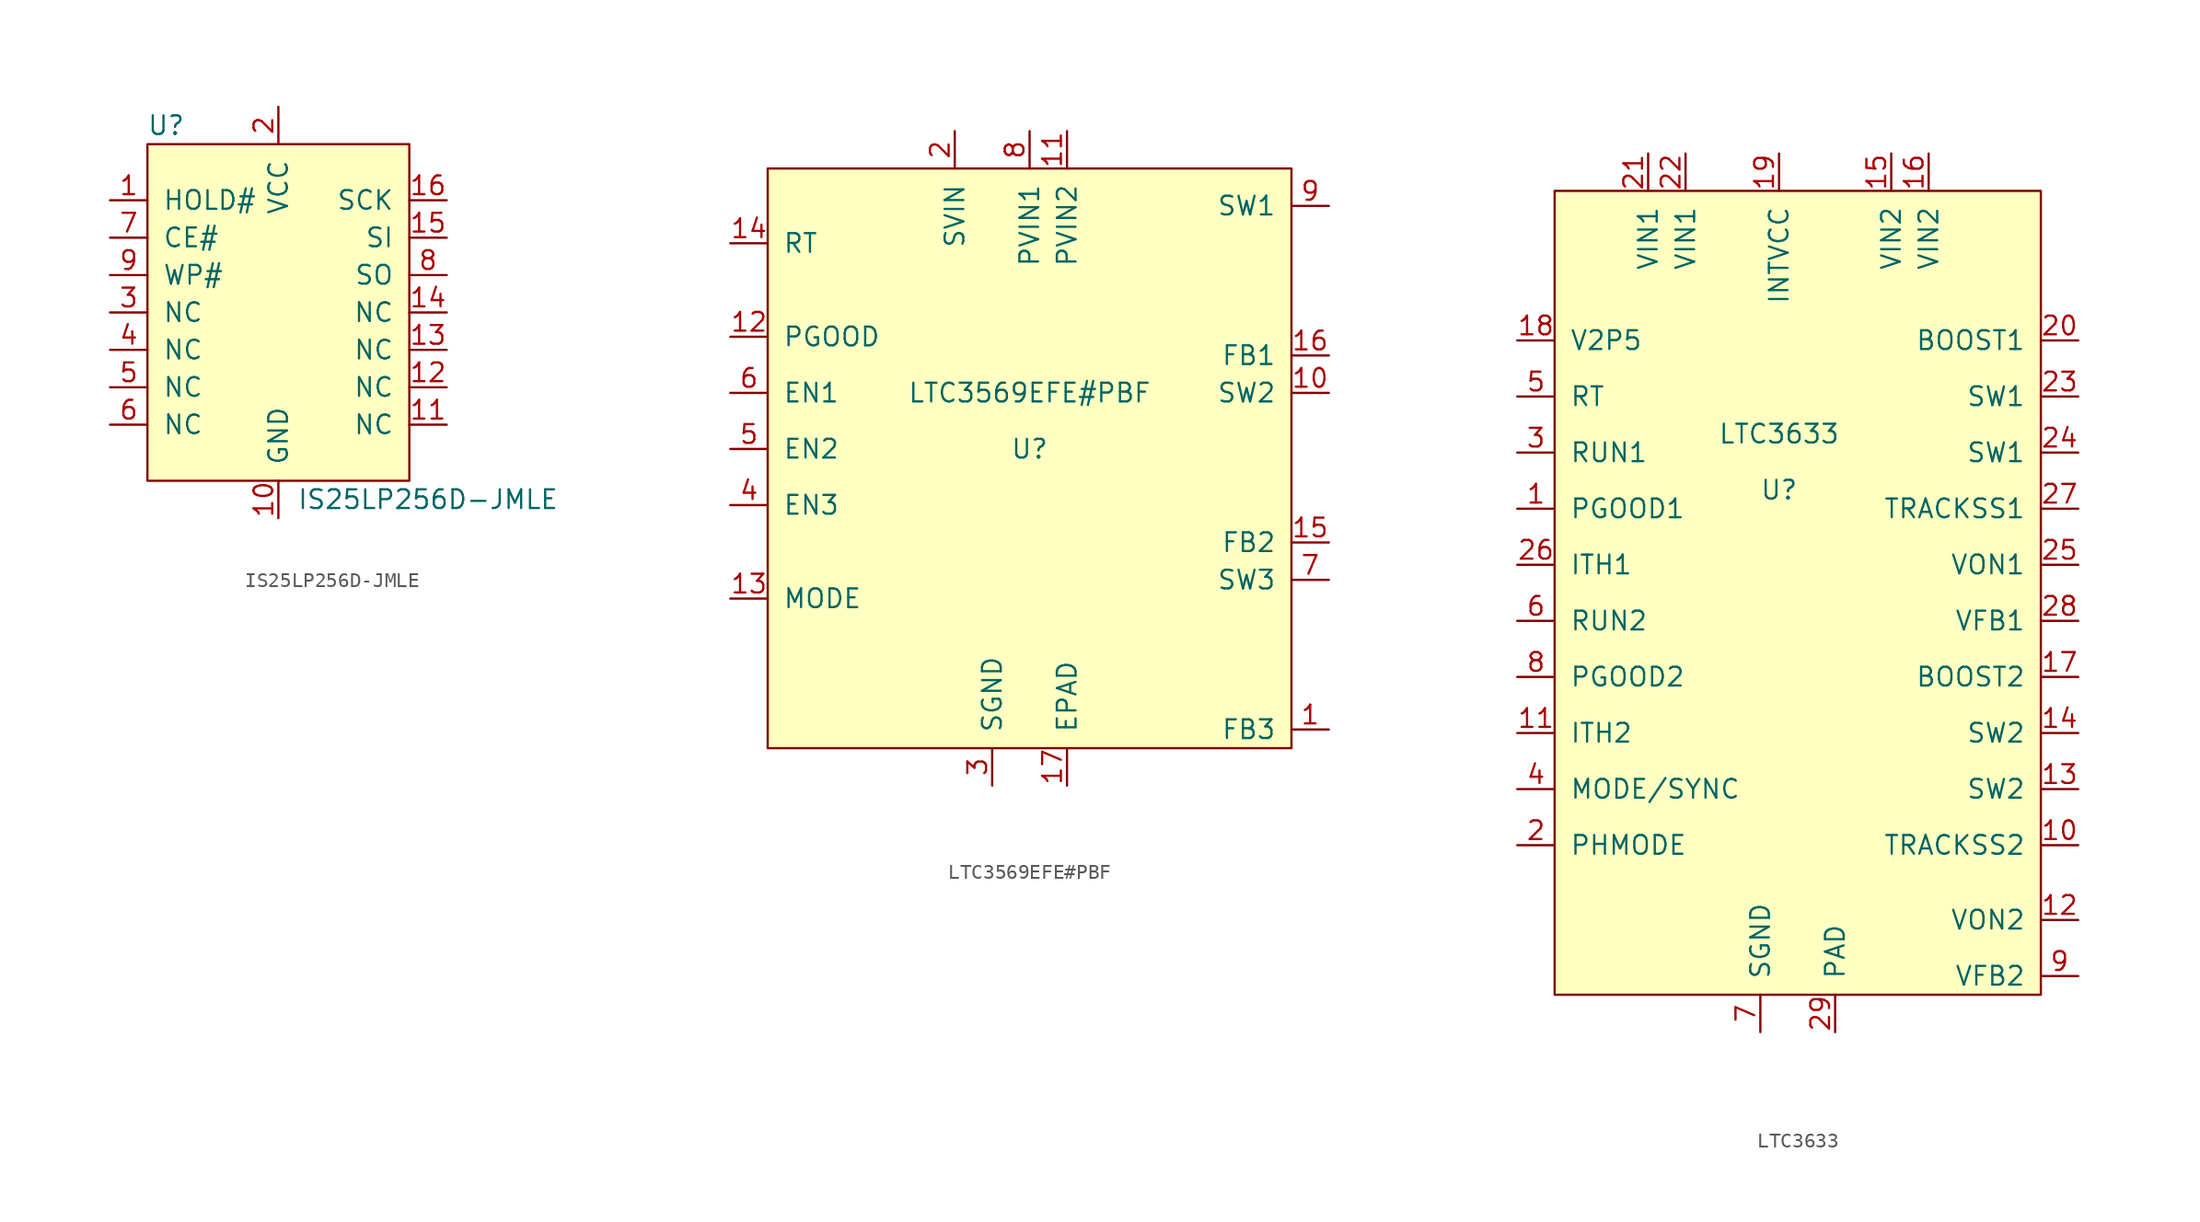
<source format=kicad_sym>
(kicad_symbol_lib
  (version 20211014)
  (generator kicad_symbol_editor)
  (symbol "IS25LP256D-JMLE"
    (pin_names
      (offset 1.016))
    (property "Reference" "U"
      (at 1.27 1.27 0)
      (effects (font (size 1.27 1.27))))
    (property "Value" "IS25LP256D-JMLE"
      (at 19.05 -24.13 0)
      (effects (font (size 1.27 1.27))))
    (symbol "IS25LP256D-JMLE_0_1"
      (rectangle (start 0 0) (end 17.78 -22.86) (stroke (width 0) (type default) (color 0 0 0 0)) (fill (type background))))
    (symbol "IS25LP256D-JMLE_1_1"
      (pin passive line (at -2.54 -3.81 0) (length 2.54) (name "HOLD#" (effects (font (size 1.27 1.27)))) (number "1" (effects (font (size 1.27 1.27)))))
      (pin passive line (at 8.89 -25.4 90) (length 2.54) (name "GND" (effects (font (size 1.27 1.27)))) (number "10" (effects (font (size 1.27 1.27)))))
      (pin passive line (at 20.32 -19.05 180) (length 2.54) (name "NC" (effects (font (size 1.27 1.27)))) (number "11" (effects (font (size 1.27 1.27)))))
      (pin passive line (at 20.32 -16.51 180) (length 2.54) (name "NC" (effects (font (size 1.27 1.27)))) (number "12" (effects (font (size 1.27 1.27)))))
      (pin passive line (at 20.32 -13.97 180) (length 2.54) (name "NC" (effects (font (size 1.27 1.27)))) (number "13" (effects (font (size 1.27 1.27)))))
      (pin passive line (at 20.32 -11.43 180) (length 2.54) (name "NC" (effects (font (size 1.27 1.27)))) (number "14" (effects (font (size 1.27 1.27)))))
      (pin passive line (at 20.32 -6.35 180) (length 2.54) (name "SI" (effects (font (size 1.27 1.27)))) (number "15" (effects (font (size 1.27 1.27)))))
      (pin passive line (at 20.32 -3.81 180) (length 2.54) (name "SCK" (effects (font (size 1.27 1.27)))) (number "16" (effects (font (size 1.27 1.27)))))
      (pin passive line (at 8.89 2.54 270) (length 2.54) (name "VCC" (effects (font (size 1.27 1.27)))) (number "2" (effects (font (size 1.27 1.27)))))
      (pin passive line (at -2.54 -11.43 0) (length 2.54) (name "NC" (effects (font (size 1.27 1.27)))) (number "3" (effects (font (size 1.27 1.27)))))
      (pin passive line (at -2.54 -13.97 0) (length 2.54) (name "NC" (effects (font (size 1.27 1.27)))) (number "4" (effects (font (size 1.27 1.27)))))
      (pin passive line (at -2.54 -16.51 0) (length 2.54) (name "NC" (effects (font (size 1.27 1.27)))) (number "5" (effects (font (size 1.27 1.27)))))
      (pin passive line (at -2.54 -19.05 0) (length 2.54) (name "NC" (effects (font (size 1.27 1.27)))) (number "6" (effects (font (size 1.27 1.27)))))
      (pin passive line (at -2.54 -6.35 0) (length 2.54) (name "CE#" (effects (font (size 1.27 1.27)))) (number "7" (effects (font (size 1.27 1.27)))))
      (pin passive line (at 20.32 -8.89 180) (length 2.54) (name "SO" (effects (font (size 1.27 1.27)))) (number "8" (effects (font (size 1.27 1.27)))))
      (pin passive line (at -2.54 -8.89 0) (length 2.54) (name "WP#" (effects (font (size 1.27 1.27)))) (number "9" (effects (font (size 1.27 1.27)))))))
  (symbol "LTC3569EFE#PBF"
    (pin_names
      (offset 1.016))
    (property "Reference" "U"
      (at 17.78 -16.51 0)
      (effects (font (size 1.27 1.27))))
    (property "Value" "LTC3569EFE#PBF"
      (at 17.78 -12.7 0)
      (effects (font (size 1.27 1.27))))
    (symbol "LTC3569EFE#PBF_0_1"
      (rectangle (start 0 2.54) (end 35.56 -36.83) (stroke (width 0) (type default) (color 0 0 0 0)) (fill (type background))))
    (symbol "LTC3569EFE#PBF_1_1"
      (pin unspecified line (at 38.1 -35.56 180) (length 2.54) (name "FB3" (effects (font (size 1.27 1.27)))) (number "1" (effects (font (size 1.27 1.27)))))
      (pin unspecified line (at 38.1 -12.7 180) (length 2.54) (name "SW2" (effects (font (size 1.27 1.27)))) (number "10" (effects (font (size 1.27 1.27)))))
      (pin unspecified line (at 20.32 5.08 270) (length 2.54) (name "PVIN2" (effects (font (size 1.27 1.27)))) (number "11" (effects (font (size 1.27 1.27)))))
      (pin unspecified line (at -2.54 -8.89 0) (length 2.54) (name "PGOOD" (effects (font (size 1.27 1.27)))) (number "12" (effects (font (size 1.27 1.27)))))
      (pin unspecified line (at -2.54 -26.67 0) (length 2.54) (name "MODE" (effects (font (size 1.27 1.27)))) (number "13" (effects (font (size 1.27 1.27)))))
      (pin unspecified line (at -2.54 -2.54 0) (length 2.54) (name "RT" (effects (font (size 1.27 1.27)))) (number "14" (effects (font (size 1.27 1.27)))))
      (pin unspecified line (at 38.1 -22.86 180) (length 2.54) (name "FB2" (effects (font (size 1.27 1.27)))) (number "15" (effects (font (size 1.27 1.27)))))
      (pin unspecified line (at 38.1 -10.16 180) (length 2.54) (name "FB1" (effects (font (size 1.27 1.27)))) (number "16" (effects (font (size 1.27 1.27)))))
      (pin unspecified line (at 20.32 -39.37 90) (length 2.54) (name "EPAD" (effects (font (size 1.27 1.27)))) (number "17" (effects (font (size 1.27 1.27)))))
      (pin unspecified line (at 12.7 5.08 270) (length 2.54) (name "SVIN" (effects (font (size 1.27 1.27)))) (number "2" (effects (font (size 1.27 1.27)))))
      (pin unspecified line (at 15.24 -39.37 90) (length 2.54) (name "SGND" (effects (font (size 1.27 1.27)))) (number "3" (effects (font (size 1.27 1.27)))))
      (pin unspecified line (at -2.54 -20.32 0) (length 2.54) (name "EN3" (effects (font (size 1.27 1.27)))) (number "4" (effects (font (size 1.27 1.27)))))
      (pin unspecified line (at -2.54 -16.51 0) (length 2.54) (name "EN2" (effects (font (size 1.27 1.27)))) (number "5" (effects (font (size 1.27 1.27)))))
      (pin unspecified line (at -2.54 -12.7 0) (length 2.54) (name "EN1" (effects (font (size 1.27 1.27)))) (number "6" (effects (font (size 1.27 1.27)))))
      (pin unspecified line (at 38.1 -25.4 180) (length 2.54) (name "SW3" (effects (font (size 1.27 1.27)))) (number "7" (effects (font (size 1.27 1.27)))))
      (pin unspecified line (at 17.78 5.08 270) (length 2.54) (name "PVIN1" (effects (font (size 1.27 1.27)))) (number "8" (effects (font (size 1.27 1.27)))))
      (pin unspecified line (at 38.1 0 180) (length 2.54) (name "SW1" (effects (font (size 1.27 1.27)))) (number "9" (effects (font (size 1.27 1.27)))))))
  (symbol "LTC3633"
    (pin_names
      (offset 1.016))
    (property "Reference" "U"
      (at 15.24 -20.32 0)
      (effects (font (size 1.27 1.27))))
    (property "Value" "LTC3633"
      (at 15.24 -16.51 0)
      (effects (font (size 1.27 1.27))))
    (symbol "LTC3633_0_1"
      (rectangle (start 0 0) (end 33.02 -54.61) (stroke (width 0) (type default) (color 0 0 0 0)) (fill (type background))))
    (symbol "LTC3633_1_1"
      (pin unspecified line (at -2.54 -21.59 0) (length 2.54) (name "PGOOD1" (effects (font (size 1.27 1.27)))) (number "1" (effects (font (size 1.27 1.27)))))
      (pin unspecified line (at 35.56 -44.45 180) (length 2.54) (name "TRACKSS2" (effects (font (size 1.27 1.27)))) (number "10" (effects (font (size 1.27 1.27)))))
      (pin unspecified line (at -2.54 -36.83 0) (length 2.54) (name "ITH2" (effects (font (size 1.27 1.27)))) (number "11" (effects (font (size 1.27 1.27)))))
      (pin unspecified line (at 35.56 -49.53 180) (length 2.54) (name "VON2" (effects (font (size 1.27 1.27)))) (number "12" (effects (font (size 1.27 1.27)))))
      (pin unspecified line (at 35.56 -40.64 180) (length 2.54) (name "SW2" (effects (font (size 1.27 1.27)))) (number "13" (effects (font (size 1.27 1.27)))))
      (pin unspecified line (at 35.56 -36.83 180) (length 2.54) (name "SW2" (effects (font (size 1.27 1.27)))) (number "14" (effects (font (size 1.27 1.27)))))
      (pin unspecified line (at 22.86 2.54 270) (length 2.54) (name "VIN2" (effects (font (size 1.27 1.27)))) (number "15" (effects (font (size 1.27 1.27)))))
      (pin unspecified line (at 25.4 2.54 270) (length 2.54) (name "VIN2" (effects (font (size 1.27 1.27)))) (number "16" (effects (font (size 1.27 1.27)))))
      (pin unspecified line (at 35.56 -33.02 180) (length 2.54) (name "BOOST2" (effects (font (size 1.27 1.27)))) (number "17" (effects (font (size 1.27 1.27)))))
      (pin unspecified line (at -2.54 -10.16 0) (length 2.54) (name "V2P5" (effects (font (size 1.27 1.27)))) (number "18" (effects (font (size 1.27 1.27)))))
      (pin unspecified line (at 15.24 2.54 270) (length 2.54) (name "INTVCC" (effects (font (size 1.27 1.27)))) (number "19" (effects (font (size 1.27 1.27)))))
      (pin unspecified line (at -2.54 -44.45 0) (length 2.54) (name "PHMODE" (effects (font (size 1.27 1.27)))) (number "2" (effects (font (size 1.27 1.27)))))
      (pin unspecified line (at 35.56 -10.16 180) (length 2.54) (name "BOOST1" (effects (font (size 1.27 1.27)))) (number "20" (effects (font (size 1.27 1.27)))))
      (pin unspecified line (at 6.35 2.54 270) (length 2.54) (name "VIN1" (effects (font (size 1.27 1.27)))) (number "21" (effects (font (size 1.27 1.27)))))
      (pin unspecified line (at 8.89 2.54 270) (length 2.54) (name "VIN1" (effects (font (size 1.27 1.27)))) (number "22" (effects (font (size 1.27 1.27)))))
      (pin unspecified line (at 35.56 -13.97 180) (length 2.54) (name "SW1" (effects (font (size 1.27 1.27)))) (number "23" (effects (font (size 1.27 1.27)))))
      (pin unspecified line (at 35.56 -17.78 180) (length 2.54) (name "SW1" (effects (font (size 1.27 1.27)))) (number "24" (effects (font (size 1.27 1.27)))))
      (pin unspecified line (at 35.56 -25.4 180) (length 2.54) (name "VON1" (effects (font (size 1.27 1.27)))) (number "25" (effects (font (size 1.27 1.27)))))
      (pin unspecified line (at -2.54 -25.4 0) (length 2.54) (name "ITH1" (effects (font (size 1.27 1.27)))) (number "26" (effects (font (size 1.27 1.27)))))
      (pin unspecified line (at 35.56 -21.59 180) (length 2.54) (name "TRACKSS1" (effects (font (size 1.27 1.27)))) (number "27" (effects (font (size 1.27 1.27)))))
      (pin unspecified line (at 35.56 -29.21 180) (length 2.54) (name "VFB1" (effects (font (size 1.27 1.27)))) (number "28" (effects (font (size 1.27 1.27)))))
      (pin unspecified line (at 19.05 -57.15 90) (length 2.54) (name "PAD" (effects (font (size 1.27 1.27)))) (number "29" (effects (font (size 1.27 1.27)))))
      (pin unspecified line (at -2.54 -17.78 0) (length 2.54) (name "RUN1" (effects (font (size 1.27 1.27)))) (number "3" (effects (font (size 1.27 1.27)))))
      (pin unspecified line (at -2.54 -40.64 0) (length 2.54) (name "MODE/SYNC" (effects (font (size 1.27 1.27)))) (number "4" (effects (font (size 1.27 1.27)))))
      (pin unspecified line (at -2.54 -13.97 0) (length 2.54) (name "RT" (effects (font (size 1.27 1.27)))) (number "5" (effects (font (size 1.27 1.27)))))
      (pin unspecified line (at -2.54 -29.21 0) (length 2.54) (name "RUN2" (effects (font (size 1.27 1.27)))) (number "6" (effects (font (size 1.27 1.27)))))
      (pin unspecified line (at 13.97 -57.15 90) (length 2.54) (name "SGND" (effects (font (size 1.27 1.27)))) (number "7" (effects (font (size 1.27 1.27)))))
      (pin unspecified line (at -2.54 -33.02 0) (length 2.54) (name "PGOOD2" (effects (font (size 1.27 1.27)))) (number "8" (effects (font (size 1.27 1.27)))))
      (pin unspecified line (at 35.56 -53.34 180) (length 2.54) (name "VFB2" (effects (font (size 1.27 1.27)))) (number "9" (effects (font (size 1.27 1.27))))))))
</source>
